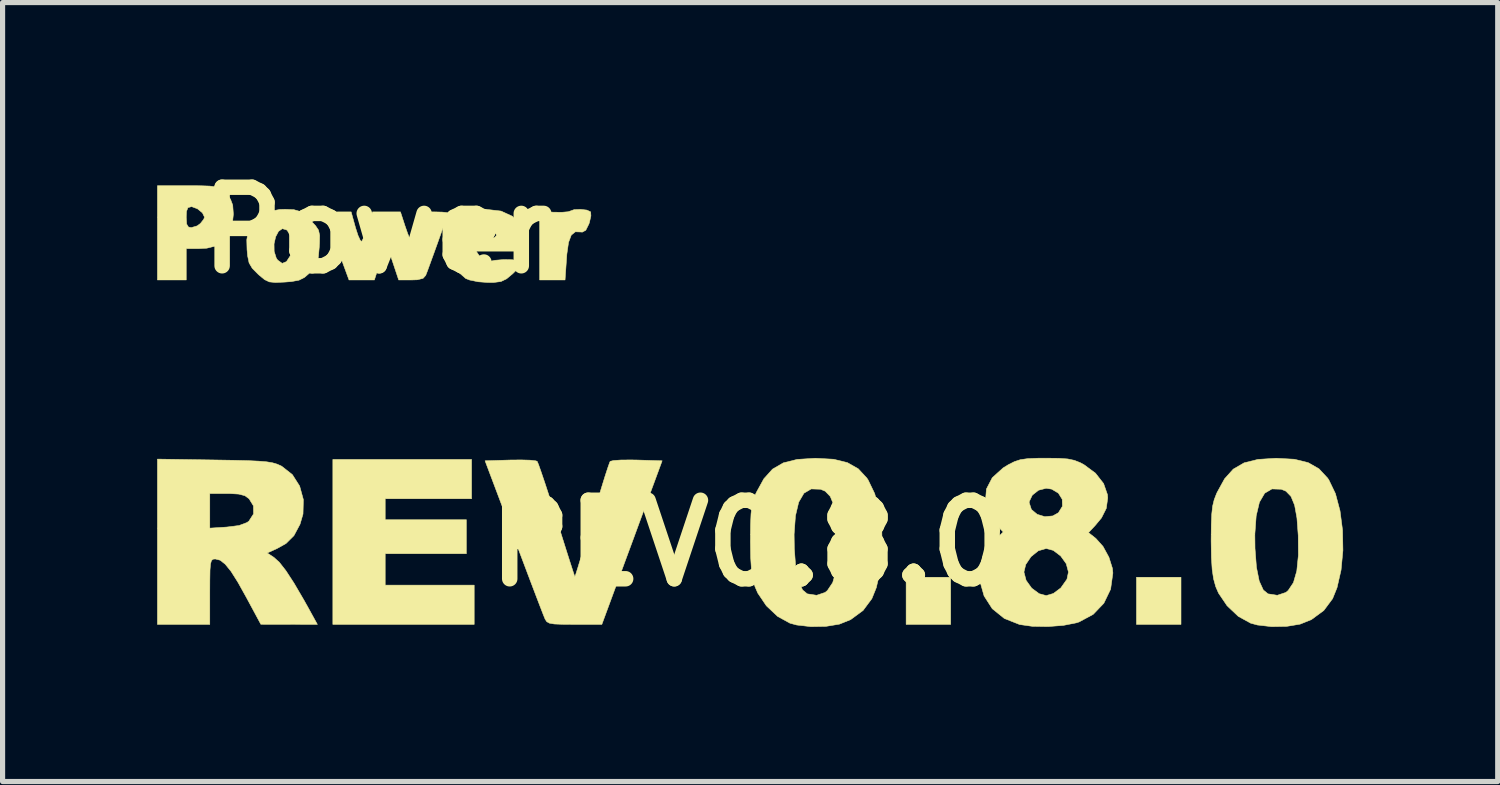
<source format=kicad_pcb>
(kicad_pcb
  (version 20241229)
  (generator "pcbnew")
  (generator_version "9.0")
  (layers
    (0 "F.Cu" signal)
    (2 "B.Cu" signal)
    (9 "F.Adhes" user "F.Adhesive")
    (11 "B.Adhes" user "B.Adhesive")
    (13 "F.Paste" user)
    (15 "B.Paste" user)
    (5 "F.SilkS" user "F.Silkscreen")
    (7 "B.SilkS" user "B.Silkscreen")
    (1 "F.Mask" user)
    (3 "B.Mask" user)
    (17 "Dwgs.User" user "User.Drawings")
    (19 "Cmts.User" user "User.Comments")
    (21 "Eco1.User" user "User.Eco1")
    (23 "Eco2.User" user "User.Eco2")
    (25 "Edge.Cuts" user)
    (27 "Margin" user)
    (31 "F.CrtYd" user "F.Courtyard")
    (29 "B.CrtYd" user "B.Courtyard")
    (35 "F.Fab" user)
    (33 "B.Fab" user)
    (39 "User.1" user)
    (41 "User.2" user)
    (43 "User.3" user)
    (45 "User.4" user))
  (footprint "REV0.8.0"
    (layer "F.Cu")
    (at 11.486 7.492)
    (property "Reference" "REV0.8.0" (at 0 0 0) (layer "F.SilkS") (effects (font (size 1.524 1.524) (thickness 0.3))))
    (attr through_hole)
    (fp_poly (pts (xy 3.912 1.575) (xy 3.048 1.575) (xy 3.048 0.66) (xy 3.912 0.66) (xy 3.912 1.575)) (stroke (width 0.01) (type solid)) (fill yes) (layer "F.SilkS"))
    (fp_poly (pts (xy 8.382 1.575) (xy 7.518 1.575) (xy 7.518 0.66) (xy 8.382 0.66) (xy 8.382 1.575)) (stroke (width 0.01) (type solid)) (fill yes) (layer "F.SilkS"))
    (fp_poly (pts (xy -5.385 -0.864) (xy -7.061 -0.864) (xy -7.061 -0.457) (xy -5.486 -0.457) (xy -5.486 0.203) (xy -7.061 0.203) (xy -7.061 0.813) (xy -5.334 0.813) (xy -5.334 1.575) (xy -8.077 1.575) (xy -8.077 -1.626) (xy -5.385 -1.626) (xy -5.385 -0.864)) (stroke (width 0.01) (type solid)) (fill yes) (layer "F.SilkS"))
    (fp_poly (pts (xy -2.173 -1.615) (xy -1.687 -1.6) (xy -1.977 -0.813) (xy -2.106 -0.464) (xy -2.253 -0.064) (xy -2.403 0.341) (xy -2.538 0.708) (xy -2.562 0.775) (xy -2.857 1.575) (xy -3.385 1.575) (xy -3.623 1.573) (xy -3.779 1.567) (xy -3.873 1.551) (xy -3.926 1.522) (xy -3.956 1.476) (xy -3.963 1.46) (xy -3.993 1.386) (xy -4.054 1.228) (xy -4.141 1.001) (xy -4.249 0.717) (xy -4.373 0.388) (xy -4.509 0.028) (xy -4.568 -0.127) (xy -5.123 -1.6) (xy -4.636 -1.615) (xy -4.422 -1.617) (xy -4.248 -1.612) (xy -4.138 -1.599) (xy -4.112 -1.589) (xy -4.087 -1.531) (xy -4.037 -1.39) (xy -3.966 -1.181) (xy -3.88 -0.918) (xy -3.784 -0.615) (xy -3.734 -0.457) (xy -3.635 -0.142) (xy -3.547 0.138) (xy -3.473 0.37) (xy -3.418 0.54) (xy -3.387 0.634) (xy -3.381 0.648) (xy -3.364 0.605) (xy -3.324 0.478) (xy -3.264 0.281) (xy -3.188 0.026) (xy -3.101 -0.272) (xy -3.051 -0.444) (xy -2.957 -0.764) (xy -2.872 -1.051) (xy -2.798 -1.291) (xy -2.74 -1.469) (xy -2.704 -1.571) (xy -2.695 -1.589) (xy -2.631 -1.605) (xy -2.49 -1.615) (xy -2.296 -1.617) (xy -2.173 -1.615)) (stroke (width 0.01) (type solid)) (fill yes) (layer "F.SilkS"))
    (fp_poly (pts (xy -10.376 -1.616) (xy -10.007 -1.61) (xy -9.725 -1.603) (xy -9.515 -1.593) (xy -9.36 -1.58) (xy -9.247 -1.561) (xy -9.161 -1.536) (xy -9.086 -1.503) (xy -9.07 -1.495) (xy -8.863 -1.332) (xy -8.721 -1.109) (xy -8.649 -0.846) (xy -8.656 -0.567) (xy -8.714 -0.369) (xy -8.832 -0.148) (xy -8.986 0.005) (xy -9.159 0.102) (xy -9.351 0.189) (xy -9.22 0.275) (xy -9.115 0.37) (xy -8.987 0.534) (xy -8.83 0.775) (xy -8.64 1.1) (xy -8.566 1.232) (xy -8.377 1.575) (xy -9.474 1.573) (xy -9.754 1.053) (xy -9.919 0.757) (xy -10.053 0.545) (xy -10.166 0.406) (xy -10.264 0.329) (xy -10.358 0.305) (xy -10.361 0.305) (xy -10.404 0.31) (xy -10.433 0.337) (xy -10.451 0.402) (xy -10.461 0.522) (xy -10.464 0.713) (xy -10.465 0.94) (xy -10.465 1.575) (xy -11.481 1.575) (xy -11.481 -0.965) (xy -10.465 -0.965) (xy -10.465 -0.293) (xy -10.137 -0.314) (xy -9.897 -0.344) (xy -9.743 -0.402) (xy -9.706 -0.429) (xy -9.616 -0.569) (xy -9.618 -0.726) (xy -9.703 -0.864) (xy -9.785 -0.923) (xy -9.902 -0.954) (xy -10.084 -0.965) (xy -10.135 -0.965) (xy -10.465 -0.965) (xy -11.481 -0.965) (xy -11.481 -1.633) (xy -10.376 -1.616)) (stroke (width 0.01) (type solid)) (fill yes) (layer "F.SilkS"))
    (fp_poly (pts (xy 1.641 -1.63) (xy 1.909 -1.564) (xy 2.119 -1.445) (xy 2.285 -1.266) (xy 2.309 -1.231) (xy 2.438 -0.963) (xy 2.527 -0.628) (xy 2.576 -0.252) (xy 2.583 0.14) (xy 2.548 0.52) (xy 2.469 0.862) (xy 2.383 1.075) (xy 2.212 1.305) (xy 1.971 1.482) (xy 1.753 1.57) (xy 1.491 1.613) (xy 1.2 1.618) (xy 0.926 1.587) (xy 0.793 1.551) (xy 0.553 1.419) (xy 0.336 1.214) (xy 0.169 0.967) (xy 0.115 0.842) (xy 0.073 0.69) (xy 0.046 0.509) (xy 0.031 0.273) (xy 0.026 -0.038) (xy 0.027 -0.076) (xy 0.027 -0.173) (xy 0.874 -0.173) (xy 0.878 0.102) (xy 0.905 0.466) (xy 0.959 0.734) (xy 1.039 0.907) (xy 1.129 0.982) (xy 1.311 1.01) (xy 1.475 0.955) (xy 1.521 0.917) (xy 1.623 0.764) (xy 1.688 0.539) (xy 1.719 0.233) (xy 1.716 -0.152) (xy 1.691 -0.49) (xy 1.646 -0.738) (xy 1.576 -0.908) (xy 1.478 -1.01) (xy 1.387 -1.048) (xy 1.206 -1.054) (xy 1.065 -0.971) (xy 0.963 -0.797) (xy 0.9 -0.531) (xy 0.874 -0.173) (xy 0.027 -0.173) (xy 0.029 -0.361) (xy 0.038 -0.568) (xy 0.055 -0.721) (xy 0.085 -0.844) (xy 0.13 -0.961) (xy 0.143 -0.989) (xy 0.287 -1.251) (xy 0.455 -1.438) (xy 0.665 -1.56) (xy 0.934 -1.627) (xy 1.28 -1.649) (xy 1.295 -1.649) (xy 1.641 -1.63)) (stroke (width 0.01) (type solid)) (fill yes) (layer "F.SilkS"))
    (fp_poly (pts (xy 10.582 -1.63) (xy 10.85 -1.564) (xy 11.059 -1.445) (xy 11.226 -1.266) (xy 11.25 -1.231) (xy 11.379 -0.963) (xy 11.468 -0.628) (xy 11.517 -0.252) (xy 11.524 0.14) (xy 11.488 0.52) (xy 11.41 0.862) (xy 11.324 1.075) (xy 11.153 1.305) (xy 10.912 1.482) (xy 10.693 1.57) (xy 10.432 1.613) (xy 10.14 1.618) (xy 9.867 1.587) (xy 9.734 1.551) (xy 9.494 1.419) (xy 9.277 1.214) (xy 9.11 0.967) (xy 9.056 0.842) (xy 9.014 0.69) (xy 8.987 0.509) (xy 8.972 0.273) (xy 8.967 -0.038) (xy 8.967 -0.076) (xy 8.968 -0.173) (xy 9.815 -0.173) (xy 9.818 0.102) (xy 9.846 0.466) (xy 9.9 0.734) (xy 9.979 0.907) (xy 10.07 0.982) (xy 10.251 1.01) (xy 10.416 0.955) (xy 10.462 0.917) (xy 10.564 0.764) (xy 10.629 0.539) (xy 10.66 0.233) (xy 10.657 -0.152) (xy 10.632 -0.49) (xy 10.587 -0.738) (xy 10.517 -0.908) (xy 10.419 -1.01) (xy 10.328 -1.048) (xy 10.147 -1.054) (xy 10.006 -0.971) (xy 9.904 -0.797) (xy 9.841 -0.531) (xy 9.815 -0.173) (xy 8.968 -0.173) (xy 8.97 -0.361) (xy 8.979 -0.568) (xy 8.996 -0.721) (xy 9.026 -0.844) (xy 9.071 -0.961) (xy 9.084 -0.989) (xy 9.228 -1.251) (xy 9.396 -1.438) (xy 9.606 -1.56) (xy 9.875 -1.627) (xy 10.221 -1.649) (xy 10.236 -1.649) (xy 10.582 -1.63)) (stroke (width 0.01) (type solid)) (fill yes) (layer "F.SilkS"))
    (fp_poly (pts (xy 6.011 -1.648) (xy 6.183 -1.636) (xy 6.312 -1.609) (xy 6.426 -1.564) (xy 6.5 -1.524) (xy 6.723 -1.359) (xy 6.88 -1.158) (xy 6.955 -0.943) (xy 6.96 -0.878) (xy 6.932 -0.677) (xy 6.839 -0.492) (xy 6.716 -0.344) (xy 6.587 -0.206) (xy 6.729 -0.094) (xy 6.868 0.061) (xy 6.983 0.271) (xy 7.051 0.487) (xy 7.06 0.578) (xy 7.016 0.892) (xy 6.885 1.164) (xy 6.678 1.38) (xy 6.405 1.527) (xy 6.353 1.544) (xy 6.099 1.594) (xy 5.797 1.617) (xy 5.497 1.612) (xy 5.25 1.577) (xy 4.954 1.46) (xy 4.72 1.271) (xy 4.561 1.023) (xy 4.493 0.784) (xy 4.482 0.559) (xy 5.334 0.559) (xy 5.376 0.72) (xy 5.484 0.871) (xy 5.629 0.979) (xy 5.766 1.016) (xy 5.905 0.975) (xy 6.049 0.868) (xy 6.169 0.698) (xy 6.198 0.559) (xy 6.155 0.397) (xy 6.047 0.247) (xy 5.903 0.138) (xy 5.766 0.102) (xy 5.613 0.146) (xy 5.471 0.261) (xy 5.369 0.413) (xy 5.334 0.559) (xy 4.482 0.559) (xy 4.479 0.49) (xy 4.539 0.248) (xy 4.682 0.033) (xy 4.731 -0.018) (xy 4.932 -0.219) (xy 4.77 -0.386) (xy 4.652 -0.54) (xy 4.596 -0.714) (xy 4.587 -0.787) (xy 5.436 -0.787) (xy 5.479 -0.655) (xy 5.591 -0.561) (xy 5.739 -0.516) (xy 5.893 -0.53) (xy 6.003 -0.592) (xy 6.081 -0.717) (xy 6.077 -0.853) (xy 6.003 -0.972) (xy 5.873 -1.05) (xy 5.766 -1.067) (xy 5.617 -1.029) (xy 5.496 -0.933) (xy 5.437 -0.809) (xy 5.436 -0.787) (xy 4.587 -0.787) (xy 4.586 -0.797) (xy 4.606 -1.052) (xy 4.72 -1.272) (xy 4.929 -1.461) (xy 5.031 -1.524) (xy 5.15 -1.584) (xy 5.266 -1.622) (xy 5.408 -1.642) (xy 5.605 -1.65) (xy 5.766 -1.651) (xy 6.011 -1.648)) (stroke (width 0.01) (type solid)) (fill yes) (layer "F.SilkS")))
  (footprint "Power"
    (layer "F.Cu")
    (at 4.272 1.418)
    (property "Reference" "Power" (at 0 0 0) (layer "F.SilkS") (effects (font (size 1.524 1.524) (thickness 0.3))))
    (attr through_hole)
    (fp_poly (pts (xy 4.067 -0.391) (xy 4.139 -0.357) (xy 4.14 -0.355) (xy 4.145 -0.278) (xy 4.116 -0.152) (xy 4.107 -0.124) (xy 4.045 0.000189) (xy 3.977 0.037) (xy 3.953 0.034) (xy 3.843 0.03) (xy 3.764 0.094) (xy 3.711 0.235) (xy 3.678 0.464) (xy 3.672 0.548) (xy 3.643 0.965) (xy 3.15 0.965) (xy 3.15 -0.363) (xy 3.428 -0.35) (xy 3.589 -0.349) (xy 3.705 -0.359) (xy 3.742 -0.372) (xy 3.82 -0.4) (xy 3.944 -0.405) (xy 4.067 -0.391)) (stroke (width 0.01) (type solid)) (fill yes) (layer "F.SilkS"))
    (fp_poly (pts (xy -3.427 -0.863) (xy -3.254 -0.857) (xy -3.139 -0.843) (xy -3.062 -0.815) (xy -2.999 -0.769) (xy -2.942 -0.715) (xy -2.85 -0.604) (xy -2.806 -0.488) (xy -2.794 -0.319) (xy -2.794 -0.306) (xy -2.823 -0.031) (xy -2.914 0.165) (xy -3.073 0.289) (xy -3.308 0.348) (xy -3.457 0.356) (xy -3.708 0.356) (xy -3.708 0.965) (xy -4.267 0.965) (xy -4.267 -0.254) (xy -3.708 -0.254) (xy -3.7 -0.12) (xy -3.665 -0.062) (xy -3.61 -0.051) (xy -3.495 -0.085) (xy -3.433 -0.131) (xy -3.369 -0.212) (xy -3.353 -0.254) (xy -3.394 -0.338) (xy -3.491 -0.417) (xy -3.599 -0.457) (xy -3.61 -0.457) (xy -3.675 -0.439) (xy -3.703 -0.366) (xy -3.708 -0.254) (xy -4.267 -0.254) (xy -4.267 -0.864) (xy -3.679 -0.864) (xy -3.427 -0.863)) (stroke (width 0.01) (type solid)) (fill yes) (layer "F.SilkS"))
    (fp_poly (pts (xy 0.536 -0.089) (xy 0.59 0.066) (xy 0.637 0.18) (xy 0.658 0.217) (xy 0.688 0.194) (xy 0.733 0.094) (xy 0.779 -0.049) (xy 0.864 -0.356) (xy 1.118 -0.356) (xy 1.263 -0.352) (xy 1.355 -0.342) (xy 1.372 -0.334) (xy 1.356 -0.283) (xy 1.313 -0.157) (xy 1.251 0.018) (xy 1.178 0.223) (xy 1.102 0.434) (xy 1.031 0.629) (xy 0.974 0.786) (xy 0.939 0.876) (xy 0.887 0.934) (xy 0.776 0.961) (xy 0.659 0.965) (xy 0.415 0.965) (xy 0.175 0.246) (xy -0.057 0.965) (xy -0.549 0.965) (xy -0.782 0.331) (xy -0.869 0.094) (xy -0.941 -0.106) (xy -0.992 -0.252) (xy -1.015 -0.325) (xy -1.016 -0.33) (xy -0.97 -0.345) (xy -0.853 -0.354) (xy -0.762 -0.356) (xy -0.508 -0.356) (xy -0.423 -0.049) (xy -0.374 0.102) (xy -0.33 0.198) (xy -0.302 0.217) (xy -0.268 0.15) (xy -0.217 0.019) (xy -0.18 -0.089) (xy -0.093 -0.356) (xy 0.178 -0.356) (xy 0.449 -0.356) (xy 0.536 -0.089)) (stroke (width 0.01) (type solid)) (fill yes) (layer "F.SilkS"))
    (fp_poly (pts (xy 2.401 -0.372) (xy 2.624 -0.27) (xy 2.771 -0.102) (xy 2.84 0.129) (xy 2.845 0.226) (xy 2.845 0.406) (xy 2.381 0.406) (xy 1.918 0.406) (xy 1.996 0.521) (xy 2.076 0.598) (xy 2.142 0.613) (xy 2.284 0.583) (xy 2.454 0.569) (xy 2.615 0.572) (xy 2.731 0.592) (xy 2.761 0.608) (xy 2.778 0.663) (xy 2.728 0.743) (xy 2.63 0.841) (xy 2.508 0.943) (xy 2.4 0.995) (xy 2.261 1.013) (xy 2.147 1.014) (xy 1.958 1) (xy 1.789 0.965) (xy 1.715 0.936) (xy 1.552 0.792) (xy 1.454 0.571) (xy 1.422 0.276) (xy 1.429 0.103) (xy 1.434 0.082) (xy 1.981 0.082) (xy 2.028 0.136) (xy 2.157 0.152) (xy 2.276 0.141) (xy 2.311 0.103) (xy 2.306 0.08) (xy 2.237 0.000205) (xy 2.135 -0.03) (xy 2.038 -0.011) (xy 1.984 0.057) (xy 1.981 0.082) (xy 1.434 0.082) (xy 1.459 -0.014) (xy 1.533 -0.119) (xy 1.62 -0.209) (xy 1.743 -0.324) (xy 1.847 -0.382) (xy 1.976 -0.404) (xy 2.105 -0.406) (xy 2.401 -0.372)) (stroke (width 0.01) (type solid)) (fill yes) (layer "F.SilkS"))
    (fp_poly (pts (xy -1.619 -0.399) (xy -1.505 -0.366) (xy -1.397 -0.288) (xy -1.309 -0.203) (xy -1.2 -0.09) (xy -1.141 -0.002) (xy -1.119 0.099) (xy -1.122 0.249) (xy -1.127 0.332) (xy -1.145 0.524) (xy -1.179 0.652) (xy -1.242 0.752) (xy -1.309 0.825) (xy -1.414 0.916) (xy -1.52 0.969) (xy -1.667 0.996) (xy -1.797 1.006) (xy -1.978 1.014) (xy -2.096 1.002) (xy -2.188 0.958) (xy -2.292 0.872) (xy -2.315 0.851) (xy -2.427 0.738) (xy -2.488 0.634) (xy -2.517 0.496) (xy -2.528 0.376) (xy -2.531 0.265) (xy -2.004 0.265) (xy -2.002 0.41) (xy -1.961 0.54) (xy -1.934 0.579) (xy -1.846 0.643) (xy -1.763 0.609) (xy -1.685 0.49) (xy -1.645 0.322) (xy -1.667 0.146) (xy -1.743 0.01) (xy -1.758 -0.005) (xy -1.843 -0.031) (xy -1.917 0.021) (xy -1.973 0.127) (xy -2.004 0.265) (xy -2.531 0.265) (xy -2.533 0.186) (xy -2.511 0.054) (xy -2.452 -0.066) (xy -2.429 -0.101) (xy -2.285 -0.267) (xy -2.115 -0.363) (xy -1.89 -0.403) (xy -1.785 -0.406) (xy -1.619 -0.399)) (stroke (width 0.01) (type solid)) (fill yes) (layer "F.SilkS")))
  (gr_rect
    (start -3 -3)
    (end 26.014 12.116)
    (stroke (width 0.1) (type default))
    (fill no)
    (layer "Edge.Cuts")))
</source>
